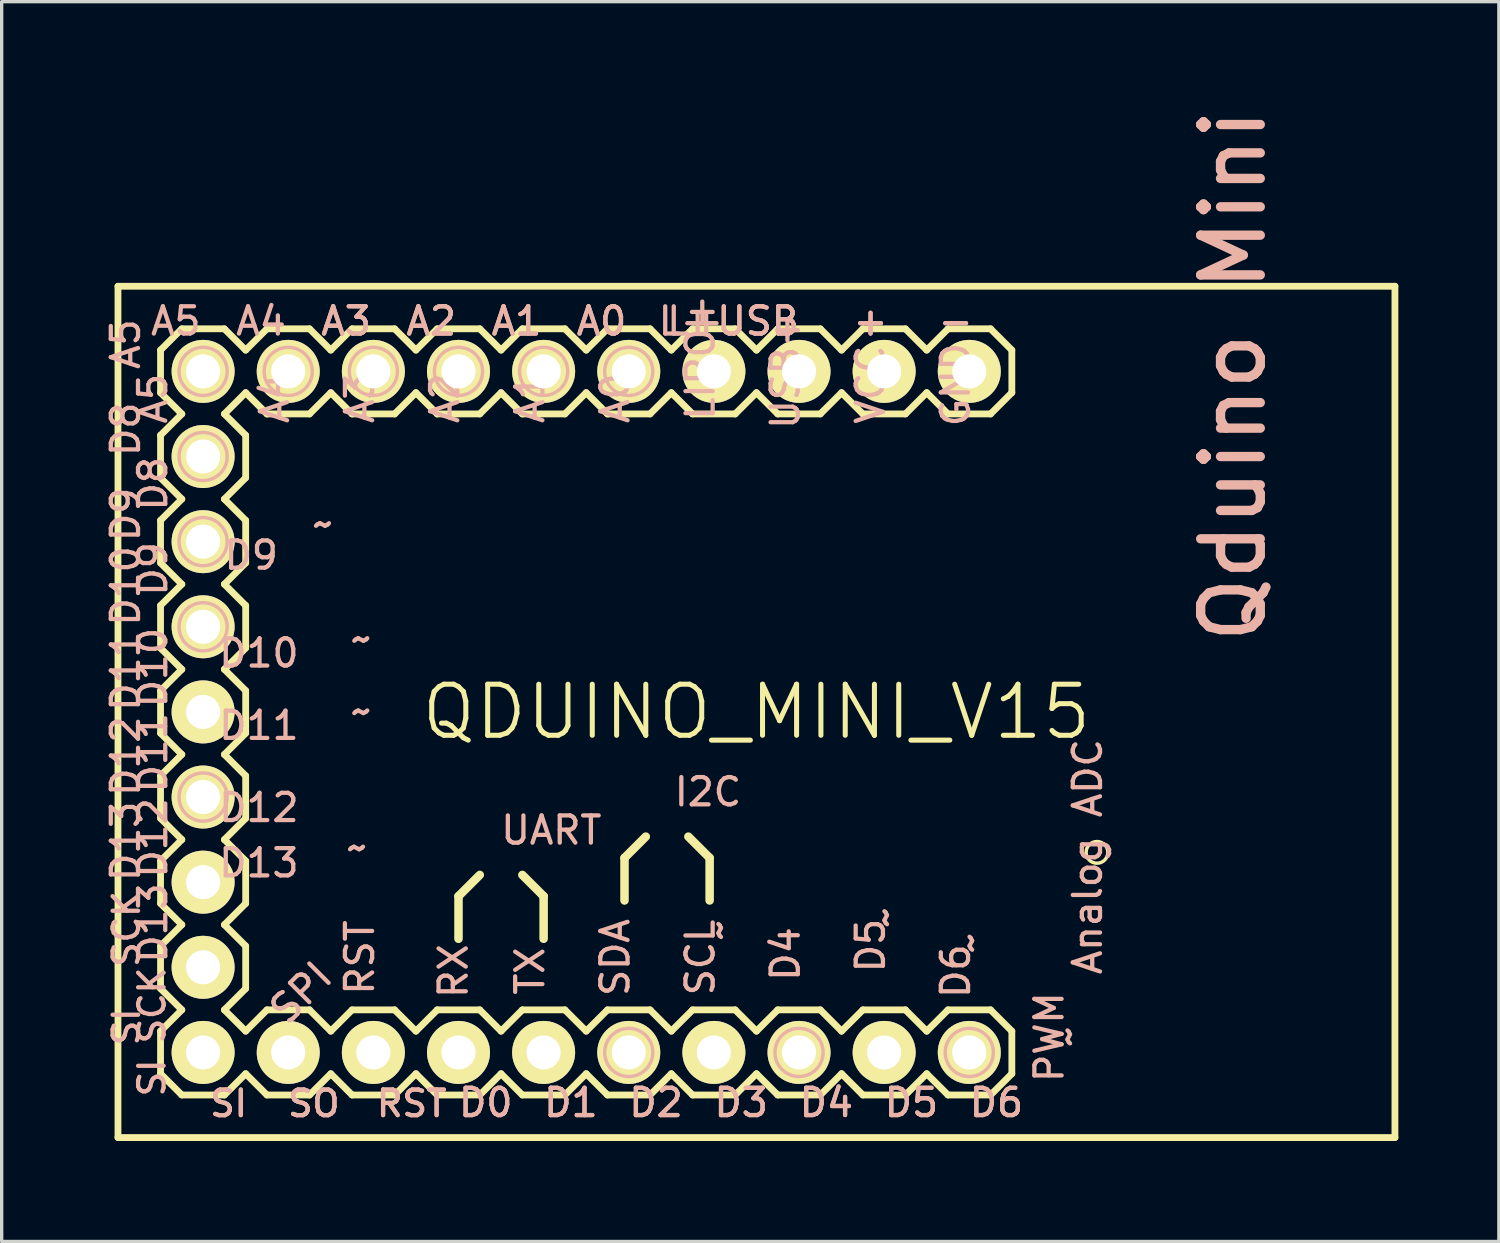
<source format=kicad_pcb>
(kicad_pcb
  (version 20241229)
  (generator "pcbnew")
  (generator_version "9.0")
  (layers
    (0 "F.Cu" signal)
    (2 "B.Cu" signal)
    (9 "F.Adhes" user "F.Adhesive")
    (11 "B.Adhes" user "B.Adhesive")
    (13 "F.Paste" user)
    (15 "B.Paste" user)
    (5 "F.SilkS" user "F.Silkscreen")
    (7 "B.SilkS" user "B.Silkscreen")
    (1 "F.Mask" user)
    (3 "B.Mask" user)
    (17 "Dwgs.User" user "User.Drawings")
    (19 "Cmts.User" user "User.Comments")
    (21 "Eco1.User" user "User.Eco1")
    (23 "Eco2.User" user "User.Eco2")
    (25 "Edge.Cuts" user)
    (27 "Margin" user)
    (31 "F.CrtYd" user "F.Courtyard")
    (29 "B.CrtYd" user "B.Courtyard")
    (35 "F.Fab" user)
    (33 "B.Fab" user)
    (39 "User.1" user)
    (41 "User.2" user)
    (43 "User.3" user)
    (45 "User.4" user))
  (footprint "QDUINO_MINI_V15"
    (layer "F.Cu")
    (at 19.52 18.191)
    (property "Reference" "QDUINO_MINI_V15" (at 0 0 0) (layer "F.SilkS") (effects (font (size 1.524 1.524) (thickness 0.15))))
    (attr exclude_from_pos_files exclude_from_bom)
    (fp_line (start -19.05 -12.7) (end -19.05 12.7) (stroke (width 0.203) (type solid)) (layer "F.SilkS"))
    (fp_line (start -19.05 12.7) (end 19.05 12.7) (stroke (width 0.203) (type solid)) (layer "F.SilkS"))
    (fp_line (start -17.78 -10.795) (end -17.78 -9.525) (stroke (width 0.203) (type solid)) (layer "F.SilkS"))
    (fp_line (start -17.78 -9.525) (end -17.145 -8.89) (stroke (width 0.203) (type solid)) (layer "F.SilkS"))
    (fp_line (start -17.78 -8.255) (end -17.145 -8.89) (stroke (width 0.203) (type solid)) (layer "F.SilkS"))
    (fp_line (start -17.78 -6.985) (end -17.78 -8.255) (stroke (width 0.203) (type solid)) (layer "F.SilkS"))
    (fp_line (start -17.78 -6.985) (end -17.145 -6.35) (stroke (width 0.203) (type solid)) (layer "F.SilkS"))
    (fp_line (start -17.78 -5.715) (end -17.145 -6.35) (stroke (width 0.203) (type solid)) (layer "F.SilkS"))
    (fp_line (start -17.78 -4.445) (end -17.78 -5.715) (stroke (width 0.203) (type solid)) (layer "F.SilkS"))
    (fp_line (start -17.78 -3.175) (end -17.145 -3.81) (stroke (width 0.203) (type solid)) (layer "F.SilkS"))
    (fp_line (start -17.78 -1.905) (end -17.78 -3.175) (stroke (width 0.203) (type solid)) (layer "F.SilkS"))
    (fp_line (start -17.78 -0.635) (end -17.145 -1.27) (stroke (width 0.203) (type solid)) (layer "F.SilkS"))
    (fp_line (start -17.78 0.635) (end -17.78 -0.635) (stroke (width 0.203) (type solid)) (layer "F.SilkS"))
    (fp_line (start -17.78 0.635) (end -17.145 1.27) (stroke (width 0.203) (type solid)) (layer "F.SilkS"))
    (fp_line (start -17.78 1.905) (end -17.145 1.27) (stroke (width 0.203) (type solid)) (layer "F.SilkS"))
    (fp_line (start -17.78 3.175) (end -17.78 1.905) (stroke (width 0.203) (type solid)) (layer "F.SilkS"))
    (fp_line (start -17.78 4.445) (end -17.145 3.81) (stroke (width 0.203) (type solid)) (layer "F.SilkS"))
    (fp_line (start -17.78 5.715) (end -17.78 4.445) (stroke (width 0.203) (type solid)) (layer "F.SilkS"))
    (fp_line (start -17.78 6.985) (end -17.145 6.35) (stroke (width 0.203) (type solid)) (layer "F.SilkS"))
    (fp_line (start -17.78 8.255) (end -17.78 6.985) (stroke (width 0.203) (type solid)) (layer "F.SilkS"))
    (fp_line (start -17.78 8.255) (end -17.145 8.89) (stroke (width 0.203) (type solid)) (layer "F.SilkS"))
    (fp_line (start -17.78 9.525) (end -17.78 10.795) (stroke (width 0.203) (type solid)) (layer "F.SilkS"))
    (fp_line (start -17.78 10.795) (end -17.145 11.43) (stroke (width 0.203) (type solid)) (layer "F.SilkS"))
    (fp_line (start -17.145 -11.43) (end -17.78 -10.795) (stroke (width 0.203) (type solid)) (layer "F.SilkS"))
    (fp_line (start -17.145 -11.43) (end -15.875 -11.43) (stroke (width 0.203) (type solid)) (layer "F.SilkS"))
    (fp_line (start -17.145 -3.81) (end -17.78 -4.445) (stroke (width 0.203) (type solid)) (layer "F.SilkS"))
    (fp_line (start -17.145 -1.27) (end -17.78 -1.905) (stroke (width 0.203) (type solid)) (layer "F.SilkS"))
    (fp_line (start -17.145 3.81) (end -17.78 3.175) (stroke (width 0.203) (type solid)) (layer "F.SilkS"))
    (fp_line (start -17.145 6.35) (end -17.78 5.715) (stroke (width 0.203) (type solid)) (layer "F.SilkS"))
    (fp_line (start -17.145 8.89) (end -17.78 9.525) (stroke (width 0.203) (type solid)) (layer "F.SilkS"))
    (fp_line (start -16.764 -10.414) (end -16.256 -10.414) (stroke (width 0.066) (type solid)) (layer "F.SilkS"))
    (fp_line (start -16.764 -9.906) (end -16.764 -10.414) (stroke (width 0.066) (type solid)) (layer "F.SilkS"))
    (fp_line (start -16.764 -9.906) (end -16.256 -9.906) (stroke (width 0.066) (type solid)) (layer "F.SilkS"))
    (fp_line (start -16.764 -7.874) (end -16.256 -7.874) (stroke (width 0.066) (type solid)) (layer "F.SilkS"))
    (fp_line (start -16.764 -7.366) (end -16.764 -7.874) (stroke (width 0.066) (type solid)) (layer "F.SilkS"))
    (fp_line (start -16.764 -7.366) (end -16.256 -7.366) (stroke (width 0.066) (type solid)) (layer "F.SilkS"))
    (fp_line (start -16.764 -5.334) (end -16.256 -5.334) (stroke (width 0.066) (type solid)) (layer "F.SilkS"))
    (fp_line (start -16.764 -4.826) (end -16.764 -5.334) (stroke (width 0.066) (type solid)) (layer "F.SilkS"))
    (fp_line (start -16.764 -4.826) (end -16.256 -4.826) (stroke (width 0.066) (type solid)) (layer "F.SilkS"))
    (fp_line (start -16.764 -2.794) (end -16.256 -2.794) (stroke (width 0.066) (type solid)) (layer "F.SilkS"))
    (fp_line (start -16.764 -2.286) (end -16.764 -2.794) (stroke (width 0.066) (type solid)) (layer "F.SilkS"))
    (fp_line (start -16.764 -2.286) (end -16.256 -2.286) (stroke (width 0.066) (type solid)) (layer "F.SilkS"))
    (fp_line (start -16.764 -0.254) (end -16.256 -0.254) (stroke (width 0.066) (type solid)) (layer "F.SilkS"))
    (fp_line (start -16.764 0.254) (end -16.764 -0.254) (stroke (width 0.066) (type solid)) (layer "F.SilkS"))
    (fp_line (start -16.764 0.254) (end -16.256 0.254) (stroke (width 0.066) (type solid)) (layer "F.SilkS"))
    (fp_line (start -16.764 2.286) (end -16.256 2.286) (stroke (width 0.066) (type solid)) (layer "F.SilkS"))
    (fp_line (start -16.764 2.794) (end -16.764 2.286) (stroke (width 0.066) (type solid)) (layer "F.SilkS"))
    (fp_line (start -16.764 2.794) (end -16.256 2.794) (stroke (width 0.066) (type solid)) (layer "F.SilkS"))
    (fp_line (start -16.764 4.826) (end -16.256 4.826) (stroke (width 0.066) (type solid)) (layer "F.SilkS"))
    (fp_line (start -16.764 5.334) (end -16.764 4.826) (stroke (width 0.066) (type solid)) (layer "F.SilkS"))
    (fp_line (start -16.764 5.334) (end -16.256 5.334) (stroke (width 0.066) (type solid)) (layer "F.SilkS"))
    (fp_line (start -16.764 7.366) (end -16.256 7.366) (stroke (width 0.066) (type solid)) (layer "F.SilkS"))
    (fp_line (start -16.764 7.874) (end -16.764 7.366) (stroke (width 0.066) (type solid)) (layer "F.SilkS"))
    (fp_line (start -16.764 7.874) (end -16.256 7.874) (stroke (width 0.066) (type solid)) (layer "F.SilkS"))
    (fp_line (start -16.764 9.906) (end -16.256 9.906) (stroke (width 0.066) (type solid)) (layer "F.SilkS"))
    (fp_line (start -16.764 10.414) (end -16.764 9.906) (stroke (width 0.066) (type solid)) (layer "F.SilkS"))
    (fp_line (start -16.764 10.414) (end -16.256 10.414) (stroke (width 0.066) (type solid)) (layer "F.SilkS"))
    (fp_line (start -16.256 -9.906) (end -16.256 -10.414) (stroke (width 0.066) (type solid)) (layer "F.SilkS"))
    (fp_line (start -16.256 -7.366) (end -16.256 -7.874) (stroke (width 0.066) (type solid)) (layer "F.SilkS"))
    (fp_line (start -16.256 -4.826) (end -16.256 -5.334) (stroke (width 0.066) (type solid)) (layer "F.SilkS"))
    (fp_line (start -16.256 -2.286) (end -16.256 -2.794) (stroke (width 0.066) (type solid)) (layer "F.SilkS"))
    (fp_line (start -16.256 0.254) (end -16.256 -0.254) (stroke (width 0.066) (type solid)) (layer "F.SilkS"))
    (fp_line (start -16.256 2.794) (end -16.256 2.286) (stroke (width 0.066) (type solid)) (layer "F.SilkS"))
    (fp_line (start -16.256 5.334) (end -16.256 4.826) (stroke (width 0.066) (type solid)) (layer "F.SilkS"))
    (fp_line (start -16.256 7.874) (end -16.256 7.366) (stroke (width 0.066) (type solid)) (layer "F.SilkS"))
    (fp_line (start -16.256 10.414) (end -16.256 9.906) (stroke (width 0.066) (type solid)) (layer "F.SilkS"))
    (fp_line (start -15.875 -11.43) (end -15.24 -10.795) (stroke (width 0.203) (type solid)) (layer "F.SilkS"))
    (fp_line (start -15.875 -8.89) (end -15.24 -8.255) (stroke (width 0.203) (type solid)) (layer "F.SilkS"))
    (fp_line (start -15.875 -6.35) (end -15.24 -6.985) (stroke (width 0.203) (type solid)) (layer "F.SilkS"))
    (fp_line (start -15.875 -6.35) (end -15.24 -5.715) (stroke (width 0.203) (type solid)) (layer "F.SilkS"))
    (fp_line (start -15.875 -3.81) (end -15.24 -3.175) (stroke (width 0.203) (type solid)) (layer "F.SilkS"))
    (fp_line (start -15.875 -1.27) (end -15.24 -0.635) (stroke (width 0.203) (type solid)) (layer "F.SilkS"))
    (fp_line (start -15.875 1.27) (end -15.24 0.635) (stroke (width 0.203) (type solid)) (layer "F.SilkS"))
    (fp_line (start -15.875 1.27) (end -15.24 1.905) (stroke (width 0.203) (type solid)) (layer "F.SilkS"))
    (fp_line (start -15.875 3.81) (end -15.24 4.445) (stroke (width 0.203) (type solid)) (layer "F.SilkS"))
    (fp_line (start -15.875 6.35) (end -15.24 6.985) (stroke (width 0.203) (type solid)) (layer "F.SilkS"))
    (fp_line (start -15.875 8.89) (end -15.24 8.255) (stroke (width 0.203) (type solid)) (layer "F.SilkS"))
    (fp_line (start -15.875 8.89) (end -15.24 9.525) (stroke (width 0.203) (type solid)) (layer "F.SilkS"))
    (fp_line (start -15.875 11.43) (end -17.145 11.43) (stroke (width 0.203) (type solid)) (layer "F.SilkS"))
    (fp_line (start -15.24 -10.795) (end -14.605 -11.43) (stroke (width 0.203) (type solid)) (layer "F.SilkS"))
    (fp_line (start -15.24 -9.525) (end -15.875 -8.89) (stroke (width 0.203) (type solid)) (layer "F.SilkS"))
    (fp_line (start -15.24 -8.255) (end -15.24 -6.985) (stroke (width 0.203) (type solid)) (layer "F.SilkS"))
    (fp_line (start -15.24 -5.715) (end -15.24 -4.445) (stroke (width 0.203) (type solid)) (layer "F.SilkS"))
    (fp_line (start -15.24 -4.445) (end -15.875 -3.81) (stroke (width 0.203) (type solid)) (layer "F.SilkS"))
    (fp_line (start -15.24 -3.175) (end -15.24 -1.905) (stroke (width 0.203) (type solid)) (layer "F.SilkS"))
    (fp_line (start -15.24 -1.905) (end -15.875 -1.27) (stroke (width 0.203) (type solid)) (layer "F.SilkS"))
    (fp_line (start -15.24 -0.635) (end -15.24 0.635) (stroke (width 0.203) (type solid)) (layer "F.SilkS"))
    (fp_line (start -15.24 1.905) (end -15.24 3.175) (stroke (width 0.203) (type solid)) (layer "F.SilkS"))
    (fp_line (start -15.24 3.175) (end -15.875 3.81) (stroke (width 0.203) (type solid)) (layer "F.SilkS"))
    (fp_line (start -15.24 4.445) (end -15.24 5.715) (stroke (width 0.203) (type solid)) (layer "F.SilkS"))
    (fp_line (start -15.24 5.715) (end -15.875 6.35) (stroke (width 0.203) (type solid)) (layer "F.SilkS"))
    (fp_line (start -15.24 6.985) (end -15.24 8.255) (stroke (width 0.203) (type solid)) (layer "F.SilkS"))
    (fp_line (start -15.24 9.525) (end -14.605 8.89) (stroke (width 0.203) (type solid)) (layer "F.SilkS"))
    (fp_line (start -15.24 10.795) (end -15.875 11.43) (stroke (width 0.203) (type solid)) (layer "F.SilkS"))
    (fp_line (start -14.605 -11.43) (end -13.335 -11.43) (stroke (width 0.203) (type solid)) (layer "F.SilkS"))
    (fp_line (start -14.605 -8.89) (end -15.24 -9.525) (stroke (width 0.203) (type solid)) (layer "F.SilkS"))
    (fp_line (start -14.605 8.89) (end -13.335 8.89) (stroke (width 0.203) (type solid)) (layer "F.SilkS"))
    (fp_line (start -14.605 11.43) (end -15.24 10.795) (stroke (width 0.203) (type solid)) (layer "F.SilkS"))
    (fp_line (start -14.224 -10.414) (end -13.716 -10.414) (stroke (width 0.066) (type solid)) (layer "F.SilkS"))
    (fp_line (start -14.224 -9.906) (end -14.224 -10.414) (stroke (width 0.066) (type solid)) (layer "F.SilkS"))
    (fp_line (start -14.224 -9.906) (end -13.716 -9.906) (stroke (width 0.066) (type solid)) (layer "F.SilkS"))
    (fp_line (start -14.224 9.906) (end -13.716 9.906) (stroke (width 0.066) (type solid)) (layer "F.SilkS"))
    (fp_line (start -14.224 10.414) (end -14.224 9.906) (stroke (width 0.066) (type solid)) (layer "F.SilkS"))
    (fp_line (start -14.224 10.414) (end -13.716 10.414) (stroke (width 0.066) (type solid)) (layer "F.SilkS"))
    (fp_line (start -13.716 -9.906) (end -13.716 -10.414) (stroke (width 0.066) (type solid)) (layer "F.SilkS"))
    (fp_line (start -13.716 10.414) (end -13.716 9.906) (stroke (width 0.066) (type solid)) (layer "F.SilkS"))
    (fp_line (start -13.335 -11.43) (end -12.7 -10.795) (stroke (width 0.203) (type solid)) (layer "F.SilkS"))
    (fp_line (start -13.335 -8.89) (end -14.605 -8.89) (stroke (width 0.203) (type solid)) (layer "F.SilkS"))
    (fp_line (start -13.335 8.89) (end -12.7 9.525) (stroke (width 0.203) (type solid)) (layer "F.SilkS"))
    (fp_line (start -13.335 11.43) (end -14.605 11.43) (stroke (width 0.203) (type solid)) (layer "F.SilkS"))
    (fp_line (start -12.7 -10.795) (end -12.065 -11.43) (stroke (width 0.203) (type solid)) (layer "F.SilkS"))
    (fp_line (start -12.7 -9.525) (end -13.335 -8.89) (stroke (width 0.203) (type solid)) (layer "F.SilkS"))
    (fp_line (start -12.7 9.525) (end -12.065 8.89) (stroke (width 0.203) (type solid)) (layer "F.SilkS"))
    (fp_line (start -12.7 10.795) (end -13.335 11.43) (stroke (width 0.203) (type solid)) (layer "F.SilkS"))
    (fp_line (start -12.065 -11.43) (end -10.795 -11.43) (stroke (width 0.203) (type solid)) (layer "F.SilkS"))
    (fp_line (start -12.065 -8.89) (end -12.7 -9.525) (stroke (width 0.203) (type solid)) (layer "F.SilkS"))
    (fp_line (start -12.065 8.89) (end -10.795 8.89) (stroke (width 0.203) (type solid)) (layer "F.SilkS"))
    (fp_line (start -12.065 11.43) (end -12.7 10.795) (stroke (width 0.203) (type solid)) (layer "F.SilkS"))
    (fp_line (start -11.684 -10.414) (end -11.176 -10.414) (stroke (width 0.066) (type solid)) (layer "F.SilkS"))
    (fp_line (start -11.684 -9.906) (end -11.684 -10.414) (stroke (width 0.066) (type solid)) (layer "F.SilkS"))
    (fp_line (start -11.684 -9.906) (end -11.176 -9.906) (stroke (width 0.066) (type solid)) (layer "F.SilkS"))
    (fp_line (start -11.684 9.906) (end -11.176 9.906) (stroke (width 0.066) (type solid)) (layer "F.SilkS"))
    (fp_line (start -11.684 10.414) (end -11.684 9.906) (stroke (width 0.066) (type solid)) (layer "F.SilkS"))
    (fp_line (start -11.684 10.414) (end -11.176 10.414) (stroke (width 0.066) (type solid)) (layer "F.SilkS"))
    (fp_line (start -11.176 -9.906) (end -11.176 -10.414) (stroke (width 0.066) (type solid)) (layer "F.SilkS"))
    (fp_line (start -11.176 10.414) (end -11.176 9.906) (stroke (width 0.066) (type solid)) (layer "F.SilkS"))
    (fp_line (start -10.795 -11.43) (end -10.16 -10.795) (stroke (width 0.203) (type solid)) (layer "F.SilkS"))
    (fp_line (start -10.795 -8.89) (end -12.065 -8.89) (stroke (width 0.203) (type solid)) (layer "F.SilkS"))
    (fp_line (start -10.795 8.89) (end -10.16 9.525) (stroke (width 0.203) (type solid)) (layer "F.SilkS"))
    (fp_line (start -10.795 11.43) (end -12.065 11.43) (stroke (width 0.203) (type solid)) (layer "F.SilkS"))
    (fp_line (start -10.16 -9.525) (end -10.795 -8.89) (stroke (width 0.203) (type solid)) (layer "F.SilkS"))
    (fp_line (start -10.16 -9.525) (end -9.525 -8.89) (stroke (width 0.203) (type solid)) (layer "F.SilkS"))
    (fp_line (start -10.16 10.795) (end -10.795 11.43) (stroke (width 0.203) (type solid)) (layer "F.SilkS"))
    (fp_line (start -10.16 10.795) (end -9.525 11.43) (stroke (width 0.203) (type solid)) (layer "F.SilkS"))
    (fp_line (start -9.525 -11.43) (end -10.16 -10.795) (stroke (width 0.203) (type solid)) (layer "F.SilkS"))
    (fp_line (start -9.525 -11.43) (end -8.255 -11.43) (stroke (width 0.203) (type solid)) (layer "F.SilkS"))
    (fp_line (start -9.525 8.89) (end -10.16 9.525) (stroke (width 0.203) (type solid)) (layer "F.SilkS"))
    (fp_line (start -9.525 8.89) (end -8.255 8.89) (stroke (width 0.203) (type solid)) (layer "F.SilkS"))
    (fp_line (start -9.144 -10.414) (end -8.636 -10.414) (stroke (width 0.066) (type solid)) (layer "F.SilkS"))
    (fp_line (start -9.144 -9.906) (end -9.144 -10.414) (stroke (width 0.066) (type solid)) (layer "F.SilkS"))
    (fp_line (start -9.144 -9.906) (end -8.636 -9.906) (stroke (width 0.066) (type solid)) (layer "F.SilkS"))
    (fp_line (start -9.144 9.906) (end -8.636 9.906) (stroke (width 0.066) (type solid)) (layer "F.SilkS"))
    (fp_line (start -9.144 10.414) (end -9.144 9.906) (stroke (width 0.066) (type solid)) (layer "F.SilkS"))
    (fp_line (start -9.144 10.414) (end -8.636 10.414) (stroke (width 0.066) (type solid)) (layer "F.SilkS"))
    (fp_line (start -8.89 5.499) (end -8.89 6.769) (stroke (width 0.254) (type solid)) (layer "F.SilkS"))
    (fp_line (start -8.89 5.499) (end -8.255 4.864) (stroke (width 0.254) (type solid)) (layer "F.SilkS"))
    (fp_line (start -8.636 -9.906) (end -8.636 -10.414) (stroke (width 0.066) (type solid)) (layer "F.SilkS"))
    (fp_line (start -8.636 10.414) (end -8.636 9.906) (stroke (width 0.066) (type solid)) (layer "F.SilkS"))
    (fp_line (start -8.255 -11.43) (end -7.62 -10.795) (stroke (width 0.203) (type solid)) (layer "F.SilkS"))
    (fp_line (start -8.255 -8.89) (end -9.525 -8.89) (stroke (width 0.203) (type solid)) (layer "F.SilkS"))
    (fp_line (start -8.255 8.89) (end -7.62 9.525) (stroke (width 0.203) (type solid)) (layer "F.SilkS"))
    (fp_line (start -8.255 11.43) (end -9.525 11.43) (stroke (width 0.203) (type solid)) (layer "F.SilkS"))
    (fp_line (start -7.62 -10.795) (end -6.985 -11.43) (stroke (width 0.203) (type solid)) (layer "F.SilkS"))
    (fp_line (start -7.62 -9.525) (end -8.255 -8.89) (stroke (width 0.203) (type solid)) (layer "F.SilkS"))
    (fp_line (start -7.62 9.525) (end -6.985 8.89) (stroke (width 0.203) (type solid)) (layer "F.SilkS"))
    (fp_line (start -7.62 10.795) (end -8.255 11.43) (stroke (width 0.203) (type solid)) (layer "F.SilkS"))
    (fp_line (start -6.985 -11.43) (end -5.715 -11.43) (stroke (width 0.203) (type solid)) (layer "F.SilkS"))
    (fp_line (start -6.985 -8.89) (end -7.62 -9.525) (stroke (width 0.203) (type solid)) (layer "F.SilkS"))
    (fp_line (start -6.985 4.864) (end -6.35 5.499) (stroke (width 0.254) (type solid)) (layer "F.SilkS"))
    (fp_line (start -6.985 8.89) (end -5.715 8.89) (stroke (width 0.203) (type solid)) (layer "F.SilkS"))
    (fp_line (start -6.985 11.43) (end -7.62 10.795) (stroke (width 0.203) (type solid)) (layer "F.SilkS"))
    (fp_line (start -6.604 -10.414) (end -6.096 -10.414) (stroke (width 0.066) (type solid)) (layer "F.SilkS"))
    (fp_line (start -6.604 -9.906) (end -6.604 -10.414) (stroke (width 0.066) (type solid)) (layer "F.SilkS"))
    (fp_line (start -6.604 -9.906) (end -6.096 -9.906) (stroke (width 0.066) (type solid)) (layer "F.SilkS"))
    (fp_line (start -6.604 9.906) (end -6.096 9.906) (stroke (width 0.066) (type solid)) (layer "F.SilkS"))
    (fp_line (start -6.604 10.414) (end -6.604 9.906) (stroke (width 0.066) (type solid)) (layer "F.SilkS"))
    (fp_line (start -6.604 10.414) (end -6.096 10.414) (stroke (width 0.066) (type solid)) (layer "F.SilkS"))
    (fp_line (start -6.35 5.499) (end -6.35 6.769) (stroke (width 0.254) (type solid)) (layer "F.SilkS"))
    (fp_line (start -6.096 -9.906) (end -6.096 -10.414) (stroke (width 0.066) (type solid)) (layer "F.SilkS"))
    (fp_line (start -6.096 10.414) (end -6.096 9.906) (stroke (width 0.066) (type solid)) (layer "F.SilkS"))
    (fp_line (start -5.715 -11.43) (end -5.08 -10.795) (stroke (width 0.203) (type solid)) (layer "F.SilkS"))
    (fp_line (start -5.715 -8.89) (end -6.985 -8.89) (stroke (width 0.203) (type solid)) (layer "F.SilkS"))
    (fp_line (start -5.715 8.89) (end -5.08 9.525) (stroke (width 0.203) (type solid)) (layer "F.SilkS"))
    (fp_line (start -5.715 11.43) (end -6.985 11.43) (stroke (width 0.203) (type solid)) (layer "F.SilkS"))
    (fp_line (start -5.08 -10.795) (end -4.445 -11.43) (stroke (width 0.203) (type solid)) (layer "F.SilkS"))
    (fp_line (start -5.08 -9.525) (end -5.715 -8.89) (stroke (width 0.203) (type solid)) (layer "F.SilkS"))
    (fp_line (start -5.08 9.525) (end -4.445 8.89) (stroke (width 0.203) (type solid)) (layer "F.SilkS"))
    (fp_line (start -5.08 10.795) (end -5.715 11.43) (stroke (width 0.203) (type solid)) (layer "F.SilkS"))
    (fp_line (start -4.445 -11.43) (end -3.175 -11.43) (stroke (width 0.203) (type solid)) (layer "F.SilkS"))
    (fp_line (start -4.445 -8.89) (end -5.08 -9.525) (stroke (width 0.203) (type solid)) (layer "F.SilkS"))
    (fp_line (start -4.445 8.89) (end -3.175 8.89) (stroke (width 0.203) (type solid)) (layer "F.SilkS"))
    (fp_line (start -4.445 11.43) (end -5.08 10.795) (stroke (width 0.203) (type solid)) (layer "F.SilkS"))
    (fp_line (start -4.064 -10.414) (end -3.556 -10.414) (stroke (width 0.066) (type solid)) (layer "F.SilkS"))
    (fp_line (start -4.064 -9.906) (end -4.064 -10.414) (stroke (width 0.066) (type solid)) (layer "F.SilkS"))
    (fp_line (start -4.064 -9.906) (end -3.556 -9.906) (stroke (width 0.066) (type solid)) (layer "F.SilkS"))
    (fp_line (start -4.064 9.906) (end -3.556 9.906) (stroke (width 0.066) (type solid)) (layer "F.SilkS"))
    (fp_line (start -4.064 10.414) (end -4.064 9.906) (stroke (width 0.066) (type solid)) (layer "F.SilkS"))
    (fp_line (start -4.064 10.414) (end -3.556 10.414) (stroke (width 0.066) (type solid)) (layer "F.SilkS"))
    (fp_line (start -3.937 4.356) (end -3.302 3.721) (stroke (width 0.254) (type solid)) (layer "F.SilkS"))
    (fp_line (start -3.937 5.626) (end -3.937 4.356) (stroke (width 0.254) (type solid)) (layer "F.SilkS"))
    (fp_line (start -3.556 -9.906) (end -3.556 -10.414) (stroke (width 0.066) (type solid)) (layer "F.SilkS"))
    (fp_line (start -3.556 10.414) (end -3.556 9.906) (stroke (width 0.066) (type solid)) (layer "F.SilkS"))
    (fp_line (start -3.175 -11.43) (end -2.54 -10.795) (stroke (width 0.203) (type solid)) (layer "F.SilkS"))
    (fp_line (start -3.175 -8.89) (end -4.445 -8.89) (stroke (width 0.203) (type solid)) (layer "F.SilkS"))
    (fp_line (start -3.175 8.89) (end -2.54 9.525) (stroke (width 0.203) (type solid)) (layer "F.SilkS"))
    (fp_line (start -3.175 11.43) (end -4.445 11.43) (stroke (width 0.203) (type solid)) (layer "F.SilkS"))
    (fp_line (start -2.54 -9.525) (end -3.175 -8.89) (stroke (width 0.203) (type solid)) (layer "F.SilkS"))
    (fp_line (start -2.54 -9.525) (end -1.905 -8.89) (stroke (width 0.203) (type solid)) (layer "F.SilkS"))
    (fp_line (start -2.54 10.795) (end -3.175 11.43) (stroke (width 0.203) (type solid)) (layer "F.SilkS"))
    (fp_line (start -2.54 10.795) (end -1.905 11.43) (stroke (width 0.203) (type solid)) (layer "F.SilkS"))
    (fp_line (start -2.032 3.721) (end -1.397 4.356) (stroke (width 0.254) (type solid)) (layer "F.SilkS"))
    (fp_line (start -1.905 -11.43) (end -2.54 -10.795) (stroke (width 0.203) (type solid)) (layer "F.SilkS"))
    (fp_line (start -1.905 -11.43) (end -0.635 -11.43) (stroke (width 0.203) (type solid)) (layer "F.SilkS"))
    (fp_line (start -1.905 8.89) (end -2.54 9.525) (stroke (width 0.203) (type solid)) (layer "F.SilkS"))
    (fp_line (start -1.905 8.89) (end -0.635 8.89) (stroke (width 0.203) (type solid)) (layer "F.SilkS"))
    (fp_line (start -1.524 -10.414) (end -1.016 -10.414) (stroke (width 0.066) (type solid)) (layer "F.SilkS"))
    (fp_line (start -1.524 -9.906) (end -1.524 -10.414) (stroke (width 0.066) (type solid)) (layer "F.SilkS"))
    (fp_line (start -1.524 -9.906) (end -1.016 -9.906) (stroke (width 0.066) (type solid)) (layer "F.SilkS"))
    (fp_line (start -1.524 9.906) (end -1.016 9.906) (stroke (width 0.066) (type solid)) (layer "F.SilkS"))
    (fp_line (start -1.524 10.414) (end -1.524 9.906) (stroke (width 0.066) (type solid)) (layer "F.SilkS"))
    (fp_line (start -1.524 10.414) (end -1.016 10.414) (stroke (width 0.066) (type solid)) (layer "F.SilkS"))
    (fp_line (start -1.397 4.356) (end -1.397 5.626) (stroke (width 0.254) (type solid)) (layer "F.SilkS"))
    (fp_line (start -1.016 -9.906) (end -1.016 -10.414) (stroke (width 0.066) (type solid)) (layer "F.SilkS"))
    (fp_line (start -1.016 10.414) (end -1.016 9.906) (stroke (width 0.066) (type solid)) (layer "F.SilkS"))
    (fp_line (start -0.635 -11.43) (end 0 -10.795) (stroke (width 0.203) (type solid)) (layer "F.SilkS"))
    (fp_line (start -0.635 -8.89) (end -1.905 -8.89) (stroke (width 0.203) (type solid)) (layer "F.SilkS"))
    (fp_line (start -0.635 8.89) (end 0 9.525) (stroke (width 0.203) (type solid)) (layer "F.SilkS"))
    (fp_line (start -0.635 11.43) (end -1.905 11.43) (stroke (width 0.203) (type solid)) (layer "F.SilkS"))
    (fp_line (start 0 -9.525) (end -0.635 -8.89) (stroke (width 0.203) (type solid)) (layer "F.SilkS"))
    (fp_line (start 0 -9.525) (end 0.635 -8.89) (stroke (width 0.203) (type solid)) (layer "F.SilkS"))
    (fp_line (start 0 10.795) (end -0.635 11.43) (stroke (width 0.203) (type solid)) (layer "F.SilkS"))
    (fp_line (start 0 10.795) (end 0.635 11.43) (stroke (width 0.203) (type solid)) (layer "F.SilkS"))
    (fp_line (start 0.635 -11.43) (end 0 -10.795) (stroke (width 0.203) (type solid)) (layer "F.SilkS"))
    (fp_line (start 0.635 -11.43) (end 1.905 -11.43) (stroke (width 0.203) (type solid)) (layer "F.SilkS"))
    (fp_line (start 0.635 8.89) (end 0 9.525) (stroke (width 0.203) (type solid)) (layer "F.SilkS"))
    (fp_line (start 0.635 8.89) (end 1.905 8.89) (stroke (width 0.203) (type solid)) (layer "F.SilkS"))
    (fp_line (start 1.016 -10.414) (end 1.524 -10.414) (stroke (width 0.066) (type solid)) (layer "F.SilkS"))
    (fp_line (start 1.016 -9.906) (end 1.016 -10.414) (stroke (width 0.066) (type solid)) (layer "F.SilkS"))
    (fp_line (start 1.016 -9.906) (end 1.524 -9.906) (stroke (width 0.066) (type solid)) (layer "F.SilkS"))
    (fp_line (start 1.016 9.906) (end 1.524 9.906) (stroke (width 0.066) (type solid)) (layer "F.SilkS"))
    (fp_line (start 1.016 10.414) (end 1.016 9.906) (stroke (width 0.066) (type solid)) (layer "F.SilkS"))
    (fp_line (start 1.016 10.414) (end 1.524 10.414) (stroke (width 0.066) (type solid)) (layer "F.SilkS"))
    (fp_line (start 1.524 -9.906) (end 1.524 -10.414) (stroke (width 0.066) (type solid)) (layer "F.SilkS"))
    (fp_line (start 1.524 10.414) (end 1.524 9.906) (stroke (width 0.066) (type solid)) (layer "F.SilkS"))
    (fp_line (start 1.905 -11.43) (end 2.54 -10.795) (stroke (width 0.203) (type solid)) (layer "F.SilkS"))
    (fp_line (start 1.905 -8.89) (end 0.635 -8.89) (stroke (width 0.203) (type solid)) (layer "F.SilkS"))
    (fp_line (start 1.905 8.89) (end 2.54 9.525) (stroke (width 0.203) (type solid)) (layer "F.SilkS"))
    (fp_line (start 1.905 11.43) (end 0.635 11.43) (stroke (width 0.203) (type solid)) (layer "F.SilkS"))
    (fp_line (start 2.54 -9.525) (end 1.905 -8.89) (stroke (width 0.203) (type solid)) (layer "F.SilkS"))
    (fp_line (start 2.54 -9.525) (end 3.175 -8.89) (stroke (width 0.203) (type solid)) (layer "F.SilkS"))
    (fp_line (start 2.54 10.795) (end 1.905 11.43) (stroke (width 0.203) (type solid)) (layer "F.SilkS"))
    (fp_line (start 2.54 10.795) (end 3.175 11.43) (stroke (width 0.203) (type solid)) (layer "F.SilkS"))
    (fp_line (start 3.175 -11.43) (end 2.54 -10.795) (stroke (width 0.203) (type solid)) (layer "F.SilkS"))
    (fp_line (start 3.175 -11.43) (end 4.445 -11.43) (stroke (width 0.203) (type solid)) (layer "F.SilkS"))
    (fp_line (start 3.175 8.89) (end 2.54 9.525) (stroke (width 0.203) (type solid)) (layer "F.SilkS"))
    (fp_line (start 3.175 8.89) (end 4.445 8.89) (stroke (width 0.203) (type solid)) (layer "F.SilkS"))
    (fp_line (start 3.556 -10.414) (end 4.064 -10.414) (stroke (width 0.066) (type solid)) (layer "F.SilkS"))
    (fp_line (start 3.556 -9.906) (end 3.556 -10.414) (stroke (width 0.066) (type solid)) (layer "F.SilkS"))
    (fp_line (start 3.556 -9.906) (end 4.064 -9.906) (stroke (width 0.066) (type solid)) (layer "F.SilkS"))
    (fp_line (start 3.556 9.906) (end 4.064 9.906) (stroke (width 0.066) (type solid)) (layer "F.SilkS"))
    (fp_line (start 3.556 10.414) (end 3.556 9.906) (stroke (width 0.066) (type solid)) (layer "F.SilkS"))
    (fp_line (start 3.556 10.414) (end 4.064 10.414) (stroke (width 0.066) (type solid)) (layer "F.SilkS"))
    (fp_line (start 4.064 -9.906) (end 4.064 -10.414) (stroke (width 0.066) (type solid)) (layer "F.SilkS"))
    (fp_line (start 4.064 10.414) (end 4.064 9.906) (stroke (width 0.066) (type solid)) (layer "F.SilkS"))
    (fp_line (start 4.445 -11.43) (end 5.08 -10.795) (stroke (width 0.203) (type solid)) (layer "F.SilkS"))
    (fp_line (start 4.445 -8.89) (end 3.175 -8.89) (stroke (width 0.203) (type solid)) (layer "F.SilkS"))
    (fp_line (start 4.445 8.89) (end 5.08 9.525) (stroke (width 0.203) (type solid)) (layer "F.SilkS"))
    (fp_line (start 4.445 11.43) (end 3.175 11.43) (stroke (width 0.203) (type solid)) (layer "F.SilkS"))
    (fp_line (start 5.08 -9.525) (end 4.445 -8.89) (stroke (width 0.203) (type solid)) (layer "F.SilkS"))
    (fp_line (start 5.08 -9.525) (end 5.715 -8.89) (stroke (width 0.203) (type solid)) (layer "F.SilkS"))
    (fp_line (start 5.08 10.795) (end 4.445 11.43) (stroke (width 0.203) (type solid)) (layer "F.SilkS"))
    (fp_line (start 5.08 10.795) (end 5.715 11.43) (stroke (width 0.203) (type solid)) (layer "F.SilkS"))
    (fp_line (start 5.715 -11.43) (end 5.08 -10.795) (stroke (width 0.203) (type solid)) (layer "F.SilkS"))
    (fp_line (start 5.715 -11.43) (end 6.985 -11.43) (stroke (width 0.203) (type solid)) (layer "F.SilkS"))
    (fp_line (start 5.715 8.89) (end 5.08 9.525) (stroke (width 0.203) (type solid)) (layer "F.SilkS"))
    (fp_line (start 5.715 8.89) (end 6.985 8.89) (stroke (width 0.203) (type solid)) (layer "F.SilkS"))
    (fp_line (start 6.096 -10.414) (end 6.604 -10.414) (stroke (width 0.066) (type solid)) (layer "F.SilkS"))
    (fp_line (start 6.096 -9.906) (end 6.096 -10.414) (stroke (width 0.066) (type solid)) (layer "F.SilkS"))
    (fp_line (start 6.096 -9.906) (end 6.604 -9.906) (stroke (width 0.066) (type solid)) (layer "F.SilkS"))
    (fp_line (start 6.096 9.906) (end 6.604 9.906) (stroke (width 0.066) (type solid)) (layer "F.SilkS"))
    (fp_line (start 6.096 10.414) (end 6.096 9.906) (stroke (width 0.066) (type solid)) (layer "F.SilkS"))
    (fp_line (start 6.096 10.414) (end 6.604 10.414) (stroke (width 0.066) (type solid)) (layer "F.SilkS"))
    (fp_line (start 6.604 -9.906) (end 6.604 -10.414) (stroke (width 0.066) (type solid)) (layer "F.SilkS"))
    (fp_line (start 6.604 10.414) (end 6.604 9.906) (stroke (width 0.066) (type solid)) (layer "F.SilkS"))
    (fp_line (start 6.985 -11.43) (end 7.62 -10.795) (stroke (width 0.203) (type solid)) (layer "F.SilkS"))
    (fp_line (start 6.985 -8.89) (end 5.715 -8.89) (stroke (width 0.203) (type solid)) (layer "F.SilkS"))
    (fp_line (start 6.985 8.89) (end 7.62 9.525) (stroke (width 0.203) (type solid)) (layer "F.SilkS"))
    (fp_line (start 6.985 11.43) (end 5.715 11.43) (stroke (width 0.203) (type solid)) (layer "F.SilkS"))
    (fp_line (start 7.62 -10.795) (end 7.62 -9.525) (stroke (width 0.203) (type solid)) (layer "F.SilkS"))
    (fp_line (start 7.62 -9.525) (end 6.985 -8.89) (stroke (width 0.203) (type solid)) (layer "F.SilkS"))
    (fp_line (start 7.62 9.525) (end 7.62 10.795) (stroke (width 0.203) (type solid)) (layer "F.SilkS"))
    (fp_line (start 7.62 10.795) (end 6.985 11.43) (stroke (width 0.203) (type solid)) (layer "F.SilkS"))
    (fp_line (start 19.05 -12.7) (end -19.05 -12.7) (stroke (width 0.203) (type solid)) (layer "F.SilkS"))
    (fp_line (start 19.05 12.7) (end 19.05 -12.7) (stroke (width 0.203) (type solid)) (layer "F.SilkS"))
    (fp_circle (center -16.51 -10.16) (end -17.018 -10.668) (stroke (width 0.102) (type solid)) (fill no) (layer "F.SilkS"))
    (fp_circle (center -16.51 -7.62) (end -17.018 -8.128) (stroke (width 0.102) (type solid)) (fill no) (layer "F.SilkS"))
    (fp_circle (center -16.51 -5.08) (end -17.018 -5.588) (stroke (width 0.102) (type solid)) (fill no) (layer "F.SilkS"))
    (fp_circle (center -16.51 -2.54) (end -17.018 -3.048) (stroke (width 0.102) (type solid)) (fill no) (layer "F.SilkS"))
    (fp_circle (center -16.51 2.54) (end -17.018 3.048) (stroke (width 0.102) (type solid)) (fill no) (layer "F.SilkS"))
    (fp_circle (center -13.97 -10.16) (end -14.478 -10.668) (stroke (width 0.102) (type solid)) (fill no) (layer "F.SilkS"))
    (fp_circle (center -11.43 -10.16) (end -11.938 -10.668) (stroke (width 0.102) (type solid)) (fill no) (layer "F.SilkS"))
    (fp_circle (center -8.89 -10.16) (end -9.398 -10.668) (stroke (width 0.102) (type solid)) (fill no) (layer "F.SilkS"))
    (fp_circle (center -6.35 -10.16) (end -6.858 -10.668) (stroke (width 0.102) (type solid)) (fill no) (layer "F.SilkS"))
    (fp_circle (center -3.81 -10.16) (end -4.318 -10.668) (stroke (width 0.102) (type solid)) (fill no) (layer "F.SilkS"))
    (fp_circle (center -3.81 10.16) (end -4.318 10.668) (stroke (width 0.102) (type solid)) (fill no) (layer "F.SilkS"))
    (fp_circle (center 1.27 10.16) (end 1.778 10.668) (stroke (width 0.102) (type solid)) (fill no) (layer "F.SilkS"))
    (fp_circle (center 6.35 10.16) (end 6.858 10.668) (stroke (width 0.102) (type solid)) (fill no) (layer "F.SilkS"))
    (fp_circle (center 10.16 4.191) (end 10.389 4.42) (stroke (width 0.102) (type solid)) (fill no) (layer "F.SilkS"))
    (fp_circle (center -16.51 -10.16) (end -17.018 -10.668) (stroke (width 0.102) (type solid)) (fill no) (layer "B.SilkS"))
    (fp_circle (center -16.51 -7.62) (end -17.018 -8.128) (stroke (width 0.102) (type solid)) (fill no) (layer "B.SilkS"))
    (fp_circle (center -16.51 -5.08) (end -17.018 -5.588) (stroke (width 0.102) (type solid)) (fill no) (layer "B.SilkS"))
    (fp_circle (center -16.51 -2.54) (end -17.018 -3.048) (stroke (width 0.102) (type solid)) (fill no) (layer "B.SilkS"))
    (fp_circle (center -16.51 2.54) (end -17.018 3.048) (stroke (width 0.102) (type solid)) (fill no) (layer "B.SilkS"))
    (fp_circle (center -13.97 -10.16) (end -14.478 -10.668) (stroke (width 0.102) (type solid)) (fill no) (layer "B.SilkS"))
    (fp_circle (center -11.43 -10.16) (end -11.938 -10.668) (stroke (width 0.102) (type solid)) (fill no) (layer "B.SilkS"))
    (fp_circle (center -8.89 -10.16) (end -9.398 -10.668) (stroke (width 0.102) (type solid)) (fill no) (layer "B.SilkS"))
    (fp_circle (center -6.35 -10.16) (end -6.858 -10.668) (stroke (width 0.102) (type solid)) (fill no) (layer "B.SilkS"))
    (fp_circle (center -3.81 -10.16) (end -4.318 -10.668) (stroke (width 0.102) (type solid)) (fill no) (layer "B.SilkS"))
    (fp_circle (center -3.81 10.16) (end -4.318 10.668) (stroke (width 0.102) (type solid)) (fill no) (layer "B.SilkS"))
    (fp_circle (center 1.27 10.16) (end 1.778 10.668) (stroke (width 0.102) (type solid)) (fill no) (layer "B.SilkS"))
    (fp_circle (center 6.35 10.16) (end 6.858 10.668) (stroke (width 0.102) (type solid)) (fill no) (layer "B.SilkS"))
    (fp_text user "SO" (at -13.208 11.684 0) (layer "B.SilkS") (effects (font (size 0.762 0.762) (thickness 0.127))))
    (fp_text user "D4" (at 2.083 11.659 0) (layer "B.SilkS") (effects (font (size 0.813 0.813) (thickness 0.127))))
    (fp_text user "~" (at -11.786 -2.182 0) (layer "B.SilkS") (effects (font (size 0.813 0.813) (thickness 0.127))))
    (fp_text user "D0" (at -8.077 11.659 0) (layer "B.SilkS") (effects (font (size 0.813 0.813) (thickness 0.127))))
    (fp_text user "A5" (at -18.821 -10.973 90) (layer "B.SilkS") (effects (font (size 0.813 0.813) (thickness 0.127))))
    (fp_text user "SPI" (at -13.589 8.382 45) (layer "B.SilkS") (effects (font (size 0.813 0.813) (thickness 0.127))))
    (fp_text user "~" (at -11.786 -0.025 0) (layer "B.SilkS") (effects (font (size 0.813 0.813) (thickness 0.127))))
    (fp_text user "D8" (at -18.821 -8.433 90) (layer "B.SilkS") (effects (font (size 0.813 0.813) (thickness 0.127))))
    (fp_text user "D5" (at 3.404 6.972 90) (layer "B.SilkS") (effects (font (size 0.813 0.813) (thickness 0.127))))
    (fp_text user "SI" (at -18.034 10.922 270) (layer "B.SilkS") (effects (font (size 0.762 0.762) (thickness 0.127))))
    (fp_text user "D6" (at 7.16 11.659 0) (layer "B.SilkS") (effects (font (size 0.813 0.813) (thickness 0.127))))
    (fp_text user "VCC" (at 3.404 -9.766 90) (layer "B.SilkS") (effects (font (size 0.813 0.813) (thickness 0.127))))
    (fp_text user "D11" (at -18.009 1.219 270) (layer "B.SilkS") (effects (font (size 0.813 0.813) (thickness 0.127))))
    (fp_text user "A4" (at -14.783 -11.659 180) (layer "B.SilkS") (effects (font (size 0.813 0.813) (thickness 0.127))))
    (fp_text user "L+" (at -1.829 -11.659 180) (layer "B.SilkS") (effects (font (size 0.813 0.813) (thickness 0.127))))
    (fp_text user "A3" (at -12.243 -11.659 180) (layer "B.SilkS") (effects (font (size 0.813 0.813) (thickness 0.127))))
    (fp_text user "A3" (at -12.243 -11.659 180) (layer "B.SilkS") (effects (font (size 0.813 0.813) (thickness 0.127))))
    (fp_text user "D13" (at -18.009 6.299 270) (layer "B.SilkS") (effects (font (size 0.813 0.813) (thickness 0.127))))
    (fp_text user "A4" (at -14.374 -9.36 90) (layer "B.SilkS") (effects (font (size 0.813 0.813) (thickness 0.127))))
    (fp_text user "A3" (at -11.836 -9.36 90) (layer "B.SilkS") (effects (font (size 0.813 0.813) (thickness 0.127))))
    (fp_text user "A2" (at -9.703 -11.659 180) (layer "B.SilkS") (effects (font (size 0.813 0.813) (thickness 0.127))))
    (fp_text user "-" (at 5.944 -11.659 180) (layer "B.SilkS") (effects (font (size 0.813 0.813) (thickness 0.127))))
    (fp_text user "D9" (at -18.009 -4.267 270) (layer "B.SilkS") (effects (font (size 0.813 0.813) (thickness 0.127))))
    (fp_text user "D13" (at -14.846 4.508 180) (layer "B.SilkS") (effects (font (size 0.813 0.813) (thickness 0.127))))
    (fp_text user "D1" (at -5.537 11.659 0) (layer "B.SilkS") (effects (font (size 0.813 0.813) (thickness 0.127))))
    (fp_text user "A5" (at -18.009 -9.347 270) (layer "B.SilkS") (effects (font (size 0.813 0.813) (thickness 0.127))))
    (fp_text user "Analog ADC" (at 9.881 4.318 90) (layer "B.SilkS") (effects (font (size 0.813 0.813) (thickness 0.127))))
    (fp_text user "RST" (at -11.836 7.328 90) (layer "B.SilkS") (effects (font (size 0.813 0.813) (thickness 0.127))))
    (fp_text user "~" (at 3.835 6.121 270) (layer "B.SilkS") (effects (font (size 0.813 0.813) (thickness 0.127))))
    (fp_text user "SCK" (at -18.034 8.76 270) (layer "B.SilkS") (effects (font (size 0.762 0.762) (thickness 0.127))))
    (fp_text user "~" (at 9.296 9.677 270) (layer "B.SilkS") (effects (font (size 0.813 0.813) (thickness 0.127))))
    (fp_text user "D9" (at -15.075 -4.674 180) (layer "B.SilkS") (effects (font (size 0.813 0.813) (thickness 0.127))))
    (fp_text user "Qduino Mini" (at 14.224 -10.033 90) (layer "B.SilkS") (effects (font (size 1.778 1.778) (thickness 0.279))))
    (fp_text user "PWM" (at 8.735 9.703 90) (layer "B.SilkS") (effects (font (size 0.813 0.813) (thickness 0.127))))
    (fp_text user "+" (at 3.404 -11.659 180) (layer "B.SilkS") (effects (font (size 0.813 0.813) (thickness 0.127))))
    (fp_text user "SDA" (at -4.216 7.328 90) (layer "B.SilkS") (effects (font (size 0.813 0.813) (thickness 0.127))))
    (fp_text user "D10" (at -14.846 -1.753 180) (layer "B.SilkS") (effects (font (size 0.813 0.813) (thickness 0.127))))
    (fp_text user "D5" (at 4.623 11.659 0) (layer "B.SilkS") (effects (font (size 0.813 0.813) (thickness 0.127))))
    (fp_text user "D13" (at -18.821 3.861 90) (layer "B.SilkS") (effects (font (size 0.813 0.813) (thickness 0.127))))
    (fp_text user "A5" (at -17.323 -11.659 180) (layer "B.SilkS") (effects (font (size 0.813 0.813) (thickness 0.127))))
    (fp_text user "TX" (at -6.756 7.734 90) (layer "B.SilkS") (effects (font (size 0.813 0.813) (thickness 0.127))))
    (fp_text user "I2C" (at -1.448 2.388 0) (layer "B.SilkS") (effects (font (size 0.813 0.813) (thickness 0.127))))
    (fp_text user "D0" (at -8.077 11.659 0) (layer "B.SilkS") (effects (font (size 0.813 0.813) (thickness 0.127))))
    (fp_text user "UART" (at -6.121 3.531 0) (layer "B.SilkS") (effects (font (size 0.813 0.813) (thickness 0.127))))
    (fp_text user "RST" (at -10.287 11.684 0) (layer "B.SilkS") (effects (font (size 0.762 0.762) (thickness 0.127))))
    (fp_text user "SI" (at -15.748 11.684 0) (layer "B.SilkS") (effects (font (size 0.762 0.762) (thickness 0.127))))
    (fp_text user "A1" (at -7.16 -11.659 180) (layer "B.SilkS") (effects (font (size 0.813 0.813) (thickness 0.127))))
    (fp_text user "D4" (at 2.083 11.659 0) (layer "B.SilkS") (effects (font (size 0.813 0.813) (thickness 0.127))))
    (fp_text user "A1" (at -7.16 -11.659 180) (layer "B.SilkS") (effects (font (size 0.813 0.813) (thickness 0.127))))
    (fp_text user "~" (at -1.118 6.502 270) (layer "B.SilkS") (effects (font (size 0.813 0.813) (thickness 0.127))))
    (fp_text user "D3" (at -0.457 11.659 0) (layer "B.SilkS") (effects (font (size 0.813 0.813) (thickness 0.127))))
    (fp_text user "A0" (at -4.623 -11.659 180) (layer "B.SilkS") (effects (font (size 0.813 0.813) (thickness 0.127))))
    (fp_text user "SO" (at -13.208 11.684 0) (layer "B.SilkS") (effects (font (size 0.762 0.762) (thickness 0.127))))
    (fp_text user "GND" (at 5.944 -9.766 90) (layer "B.SilkS") (effects (font (size 0.813 0.813) (thickness 0.127))))
    (fp_text user "D11" (at -14.846 0.406 180) (layer "B.SilkS") (effects (font (size 0.813 0.813) (thickness 0.127))))
    (fp_text user "D8" (at -18.009 -6.807 270) (layer "B.SilkS") (effects (font (size 0.813 0.813) (thickness 0.127))))
    (fp_text user "D5" (at 4.623 11.659 0) (layer "B.SilkS") (effects (font (size 0.813 0.813) (thickness 0.127))))
    (fp_text user "USB" (at 0.051 -11.659 180) (layer "B.SilkS") (effects (font (size 0.813 0.813) (thickness 0.127))))
    (fp_text user "-" (at 5.944 -11.659 180) (layer "B.SilkS") (effects (font (size 0.813 0.813) (thickness 0.127))))
    (fp_text user "SI" (at -15.748 11.684 0) (layer "B.SilkS") (effects (font (size 0.762 0.762) (thickness 0.127))))
    (fp_text user "D6" (at 5.944 7.734 90) (layer "B.SilkS") (effects (font (size 0.813 0.813) (thickness 0.127))))
    (fp_text user "RX" (at -9.042 7.734 90) (layer "B.SilkS") (effects (font (size 0.813 0.813) (thickness 0.127))))
    (fp_text user "A0" (at -4.623 -11.659 180) (layer "B.SilkS") (effects (font (size 0.813 0.813) (thickness 0.127))))
    (fp_text user "D12" (at -18.009 3.759 270) (layer "B.SilkS") (effects (font (size 0.813 0.813) (thickness 0.127))))
    (fp_text user "L+" (at -2.083 -11.659 180) (layer "B.SilkS") (effects (font (size 0.813 0.813) (thickness 0.127))))
    (fp_text user "D10" (at -18.821 -3.759 90) (layer "B.SilkS") (effects (font (size 0.813 0.813) (thickness 0.127))))
    (fp_text user "D4" (at 0.864 7.224 90) (layer "B.SilkS") (effects (font (size 0.813 0.813) (thickness 0.127))))
    (fp_text user "D12" (at -14.846 2.857 180) (layer "B.SilkS") (effects (font (size 0.813 0.813) (thickness 0.127))))
    (fp_text user "D9" (at -18.821 -5.893 90) (layer "B.SilkS") (effects (font (size 0.813 0.813) (thickness 0.127))))
    (fp_text user "RST" (at -10.287 11.684 0) (layer "B.SilkS") (effects (font (size 0.762 0.762) (thickness 0.127))))
    (fp_text user "~" (at -12.929 -5.613 0) (layer "B.SilkS") (effects (font (size 0.813 0.813) (thickness 0.127))))
    (fp_text user "D2" (at -2.997 11.659 0) (layer "B.SilkS") (effects (font (size 0.813 0.813) (thickness 0.127))))
    (fp_text user "SCK" (at -18.796 6.477 90) (layer "B.SilkS") (effects (font (size 0.762 0.762) (thickness 0.127))))
    (fp_text user "USB+" (at 0.864 -10.173 90) (layer "B.SilkS") (effects (font (size 0.813 0.813) (thickness 0.127))))
    (fp_text user "A1" (at -6.756 -9.36 90) (layer "B.SilkS") (effects (font (size 0.813 0.813) (thickness 0.127))))
    (fp_text user "D2" (at -2.997 11.659 0) (layer "B.SilkS") (effects (font (size 0.813 0.813) (thickness 0.127))))
    (fp_text user "D11" (at -18.821 -1.219 90) (layer "B.SilkS") (effects (font (size 0.813 0.813) (thickness 0.127))))
    (fp_text user "A0" (at -4.216 -9.36 90) (layer "B.SilkS") (effects (font (size 0.813 0.813) (thickness 0.127))))
    (fp_text user "USB" (at 0.051 -11.659 180) (layer "B.SilkS") (effects (font (size 0.813 0.813) (thickness 0.127))))
    (fp_text user "~" (at 6.375 6.883 270) (layer "B.SilkS") (effects (font (size 0.813 0.813) (thickness 0.127))))
    (fp_text user "D6" (at 7.16 11.659 0) (layer "B.SilkS") (effects (font (size 0.813 0.813) (thickness 0.127))))
    (fp_text user "A2" (at -9.703 -11.659 180) (layer "B.SilkS") (effects (font (size 0.813 0.813) (thickness 0.127))))
    (fp_text user "SCL" (at -1.676 7.328 90) (layer "B.SilkS") (effects (font (size 0.813 0.813) (thickness 0.127))))
    (fp_text user "D3" (at -0.457 11.659 0) (layer "B.SilkS") (effects (font (size 0.813 0.813) (thickness 0.127))))
    (fp_text user "D1" (at -5.537 11.659 0) (layer "B.SilkS") (effects (font (size 0.813 0.813) (thickness 0.127))))
    (fp_text user "SI" (at -18.796 9.398 90) (layer "B.SilkS") (effects (font (size 0.762 0.762) (thickness 0.127))))
    (fp_text user "D10" (at -18.009 -1.321 270) (layer "B.SilkS") (effects (font (size 0.813 0.813) (thickness 0.127))))
    (fp_text user "~" (at -11.913 4.039 0) (layer "B.SilkS") (effects (font (size 0.813 0.813) (thickness 0.127))))
    (fp_text user "LIPO+" (at -1.676 -10.579 90) (layer "B.SilkS") (effects (font (size 0.813 0.813) (thickness 0.127))))
    (fp_text user "+" (at 3.404 -11.659 180) (layer "B.SilkS") (effects (font (size 0.813 0.813) (thickness 0.127))))
    (fp_text user "D12" (at -18.821 1.321 90) (layer "B.SilkS") (effects (font (size 0.813 0.813) (thickness 0.127))))
    (fp_text user "A2" (at -9.296 -9.36 90) (layer "B.SilkS") (effects (font (size 0.813 0.813) (thickness 0.127))))
    (pad "A0" thru_hole circle (at -3.81 -10.16) (size 1.88 1.88) (drill 1.016) (layers "*.Cu" "F.Mask" "F.SilkS" "F.Paste"))
    (pad "A1" thru_hole circle (at -6.35 -10.16) (size 1.88 1.88) (drill 1.016) (layers "*.Cu" "F.Mask" "F.SilkS" "F.Paste"))
    (pad "A2" thru_hole circle (at -8.89 -10.16) (size 1.88 1.88) (drill 1.016) (layers "*.Cu" "F.Mask" "F.SilkS" "F.Paste"))
    (pad "A3" thru_hole circle (at -11.43 -10.16) (size 1.88 1.88) (drill 1.016) (layers "*.Cu" "F.Mask" "F.SilkS" "F.Paste"))
    (pad "A4" thru_hole circle (at -13.97 -10.16) (size 1.88 1.88) (drill 1.016) (layers "*.Cu" "F.Mask" "F.SilkS" "F.Paste"))
    (pad "A5" thru_hole circle (at -16.51 -10.16) (size 1.88 1.88) (drill 1.016) (layers "*.Cu" "F.Mask" "F.SilkS" "F.Paste"))
    (pad "D0" thru_hole circle (at -8.89 10.16) (size 1.88 1.88) (drill 1.016) (layers "*.Cu" "F.Mask" "F.SilkS" "F.Paste"))
    (pad "D1" thru_hole circle (at -6.35 10.16) (size 1.88 1.88) (drill 1.016) (layers "*.Cu" "F.Mask" "F.SilkS" "F.Paste"))
    (pad "D2" thru_hole circle (at -3.81 10.16) (size 1.88 1.88) (drill 1.016) (layers "*.Cu" "F.Mask" "F.SilkS" "F.Paste"))
    (pad "D3" thru_hole circle (at -1.27 10.16) (size 1.88 1.88) (drill 1.016) (layers "*.Cu" "F.Mask" "F.SilkS" "F.Paste"))
    (pad "D4" thru_hole circle (at 1.27 10.16) (size 1.88 1.88) (drill 1.016) (layers "*.Cu" "F.Mask" "F.SilkS" "F.Paste"))
    (pad "D5" thru_hole circle (at 3.81 10.16) (size 1.88 1.88) (drill 1.016) (layers "*.Cu" "F.Mask" "F.SilkS" "F.Paste"))
    (pad "D6" thru_hole circle (at 6.35 10.16) (size 1.88 1.88) (drill 1.016) (layers "*.Cu" "F.Mask" "F.SilkS" "F.Paste"))
    (pad "D8" thru_hole circle (at -16.51 -7.62) (size 1.88 1.88) (drill 1.016) (layers "*.Cu" "F.Mask" "F.SilkS" "F.Paste"))
    (pad "D9" thru_hole circle (at -16.51 -5.08) (size 1.88 1.88) (drill 1.016) (layers "*.Cu" "F.Mask" "F.SilkS" "F.Paste"))
    (pad "D10" thru_hole circle (at -16.51 -2.54) (size 1.88 1.88) (drill 1.016) (layers "*.Cu" "F.Mask" "F.SilkS" "F.Paste"))
    (pad "D11" thru_hole circle (at -16.51 0) (size 1.88 1.88) (drill 1.016) (layers "*.Cu" "F.Mask" "F.SilkS" "F.Paste"))
    (pad "D12" thru_hole circle (at -16.51 2.54) (size 1.88 1.88) (drill 1.016) (layers "*.Cu" "F.Mask" "F.SilkS" "F.Paste"))
    (pad "D31" thru_hole circle (at -16.51 5.08) (size 1.88 1.88) (drill 1.016) (layers "*.Cu" "F.Mask" "F.SilkS" "F.Paste"))
    (pad "GND" thru_hole circle (at 6.35 -10.16) (size 1.88 1.88) (drill 1.016) (layers "*.Cu" "F.Mask" "F.SilkS" "F.Paste"))
    (pad "LIPO" thru_hole circle (at -1.27 -10.16) (size 1.88 1.88) (drill 1.016) (layers "*.Cu" "F.Mask" "F.SilkS" "F.Paste"))
    (pad "MISO" thru_hole circle (at -13.97 10.16) (size 1.88 1.88) (drill 1.016) (layers "*.Cu" "F.Mask" "F.SilkS" "F.Paste"))
    (pad "MOSI" thru_hole circle (at -16.51 10.16) (size 1.88 1.88) (drill 1.016) (layers "*.Cu" "F.Mask" "F.SilkS" "F.Paste"))
    (pad "RST" thru_hole circle (at -11.43 10.16) (size 1.88 1.88) (drill 1.016) (layers "*.Cu" "F.Mask" "F.SilkS" "F.Paste"))
    (pad "SCK" thru_hole circle (at -16.51 7.62) (size 1.88 1.88) (drill 1.016) (layers "*.Cu" "F.Mask" "F.SilkS" "F.Paste"))
    (pad "VCC" thru_hole circle (at 3.81 -10.16) (size 1.88 1.88) (drill 1.016) (layers "*.Cu" "F.Mask" "F.SilkS" "F.Paste"))
    (pad "VUSB" thru_hole circle (at 1.27 -10.16) (size 1.88 1.88) (drill 1.016) (layers "*.Cu" "F.Mask" "F.SilkS" "F.Paste")))
  (gr_rect
    (start -3 -3)
    (end 41.671 33.992)
    (stroke (width 0.1) (type default))
    (fill no)
    (layer "Edge.Cuts")))
</source>
